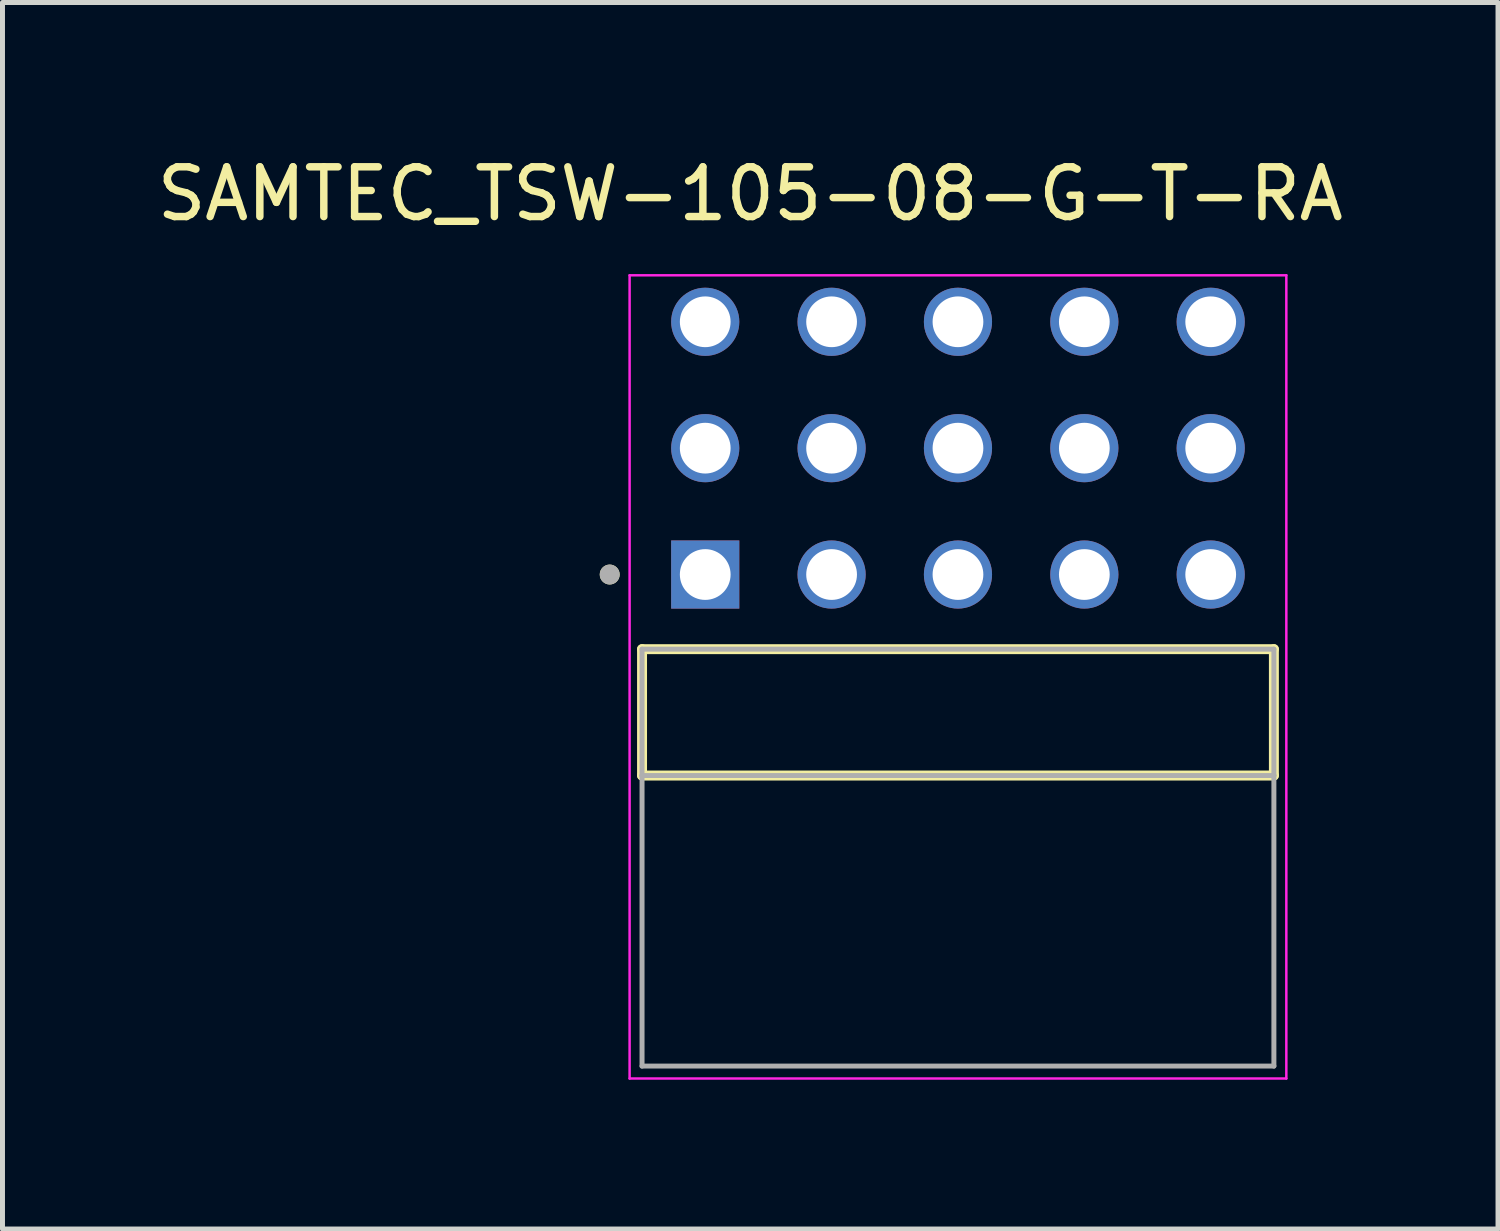
<source format=kicad_pcb>
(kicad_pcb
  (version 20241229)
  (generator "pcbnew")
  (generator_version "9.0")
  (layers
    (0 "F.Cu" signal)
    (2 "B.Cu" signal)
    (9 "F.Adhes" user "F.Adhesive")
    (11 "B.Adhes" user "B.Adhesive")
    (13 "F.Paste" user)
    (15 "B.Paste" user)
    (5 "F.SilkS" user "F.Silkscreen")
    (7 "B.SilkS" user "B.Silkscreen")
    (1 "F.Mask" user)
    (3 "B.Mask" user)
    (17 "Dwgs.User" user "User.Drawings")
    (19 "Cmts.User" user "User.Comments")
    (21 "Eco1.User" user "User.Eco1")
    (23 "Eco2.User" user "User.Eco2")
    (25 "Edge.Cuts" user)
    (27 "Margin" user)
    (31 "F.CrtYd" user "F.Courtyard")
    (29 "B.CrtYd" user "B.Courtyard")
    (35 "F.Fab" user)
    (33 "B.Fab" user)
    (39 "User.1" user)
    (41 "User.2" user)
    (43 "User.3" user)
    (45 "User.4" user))
  (footprint "SAMTEC_TSW-105-08-G-T-RA"
    (layer "F.Cu")
    (at 16.205 11.268)
    (property "Reference" "SAMTEC_TSW-105-08-G-T-RA" (at -4.175 -10.42 0) (layer "F.SilkS") (effects (font (size 1 1) (thickness 0.15))))
    (attr through_hole)
    (fp_line (start -6.35 1.27) (end -6.35 -1.27) (stroke (width 0.2) (type solid)) (layer "F.SilkS"))
    (fp_line (start 6.35 -1.27) (end -6.35 -1.27) (stroke (width 0.2) (type solid)) (layer "F.SilkS"))
    (fp_line (start 6.35 -1.27) (end 6.35 1.27) (stroke (width 0.2) (type solid)) (layer "F.SilkS"))
    (fp_line (start 6.35 1.27) (end -6.35 1.27) (stroke (width 0.2) (type solid)) (layer "F.SilkS"))
    (fp_circle (center -7 -2.77) (end -6.9 -2.77) (stroke (width 0.2) (type solid)) (fill no) (layer "F.SilkS"))
    (fp_line (start -6.6 -8.785) (end 6.6 -8.785) (stroke (width 0.05) (type solid)) (layer "F.CrtYd"))
    (fp_line (start -6.6 7.36) (end -6.6 -8.785) (stroke (width 0.05) (type solid)) (layer "F.CrtYd"))
    (fp_line (start 6.6 -8.785) (end 6.6 7.36) (stroke (width 0.05) (type solid)) (layer "F.CrtYd"))
    (fp_line (start 6.6 7.36) (end -6.6 7.36) (stroke (width 0.05) (type solid)) (layer "F.CrtYd"))
    (fp_line (start -6.35 -1.27) (end 6.35 -1.27) (stroke (width 0.1) (type solid)) (layer "F.Fab"))
    (fp_line (start -6.35 1.27) (end -6.35 -1.27) (stroke (width 0.1) (type solid)) (layer "F.Fab"))
    (fp_line (start -6.35 1.27) (end -6.35 7.11) (stroke (width 0.1) (type solid)) (layer "F.Fab"))
    (fp_line (start -6.35 7.11) (end 6.35 7.11) (stroke (width 0.1) (type solid)) (layer "F.Fab"))
    (fp_line (start 6.35 -1.27) (end 6.35 1.27) (stroke (width 0.1) (type solid)) (layer "F.Fab"))
    (fp_line (start 6.35 1.27) (end -6.35 1.27) (stroke (width 0.1) (type solid)) (layer "F.Fab"))
    (fp_line (start 6.35 7.11) (end 6.35 1.27) (stroke (width 0.1) (type solid)) (layer "F.Fab"))
    (fp_circle (center -7 -2.77) (end -6.9 -2.77) (stroke (width 0.2) (type solid)) (fill no) (layer "F.Fab"))
    (pad "01" thru_hole rect (at -5.08 -2.77) (size 1.37 1.37) (drill 1.02) (layers "*.Cu" "*.Mask"))
    (pad "02" thru_hole circle (at -5.08 -5.31) (size 1.37 1.37) (drill 1.02) (layers "*.Cu" "*.Mask"))
    (pad "03" thru_hole circle (at -5.08 -7.85) (size 1.37 1.37) (drill 1.02) (layers "*.Cu" "*.Mask"))
    (pad "04" thru_hole circle (at -2.54 -2.77) (size 1.37 1.37) (drill 1.02) (layers "*.Cu" "*.Mask"))
    (pad "05" thru_hole circle (at -2.54 -5.31) (size 1.37 1.37) (drill 1.02) (layers "*.Cu" "*.Mask"))
    (pad "06" thru_hole circle (at -2.54 -7.85) (size 1.37 1.37) (drill 1.02) (layers "*.Cu" "*.Mask"))
    (pad "07" thru_hole circle (at 0 -2.77) (size 1.37 1.37) (drill 1.02) (layers "*.Cu" "*.Mask"))
    (pad "08" thru_hole circle (at 0 -5.31) (size 1.37 1.37) (drill 1.02) (layers "*.Cu" "*.Mask"))
    (pad "09" thru_hole circle (at 0 -7.85) (size 1.37 1.37) (drill 1.02) (layers "*.Cu" "*.Mask"))
    (pad "10" thru_hole circle (at 2.54 -2.77) (size 1.37 1.37) (drill 1.02) (layers "*.Cu" "*.Mask"))
    (pad "11" thru_hole circle (at 2.54 -5.31) (size 1.37 1.37) (drill 1.02) (layers "*.Cu" "*.Mask"))
    (pad "12" thru_hole circle (at 2.54 -7.85) (size 1.37 1.37) (drill 1.02) (layers "*.Cu" "*.Mask"))
    (pad "13" thru_hole circle (at 5.08 -2.77) (size 1.37 1.37) (drill 1.02) (layers "*.Cu" "*.Mask"))
    (pad "14" thru_hole circle (at 5.08 -5.31) (size 1.37 1.37) (drill 1.02) (layers "*.Cu" "*.Mask"))
    (pad "15" thru_hole circle (at 5.08 -7.85) (size 1.37 1.37) (drill 1.02) (layers "*.Cu" "*.Mask")))
  (gr_rect
    (start -3 -3)
    (end 27.06 21.653)
    (stroke (width 0.1) (type default))
    (fill no)
    (layer "Edge.Cuts")))
</source>
